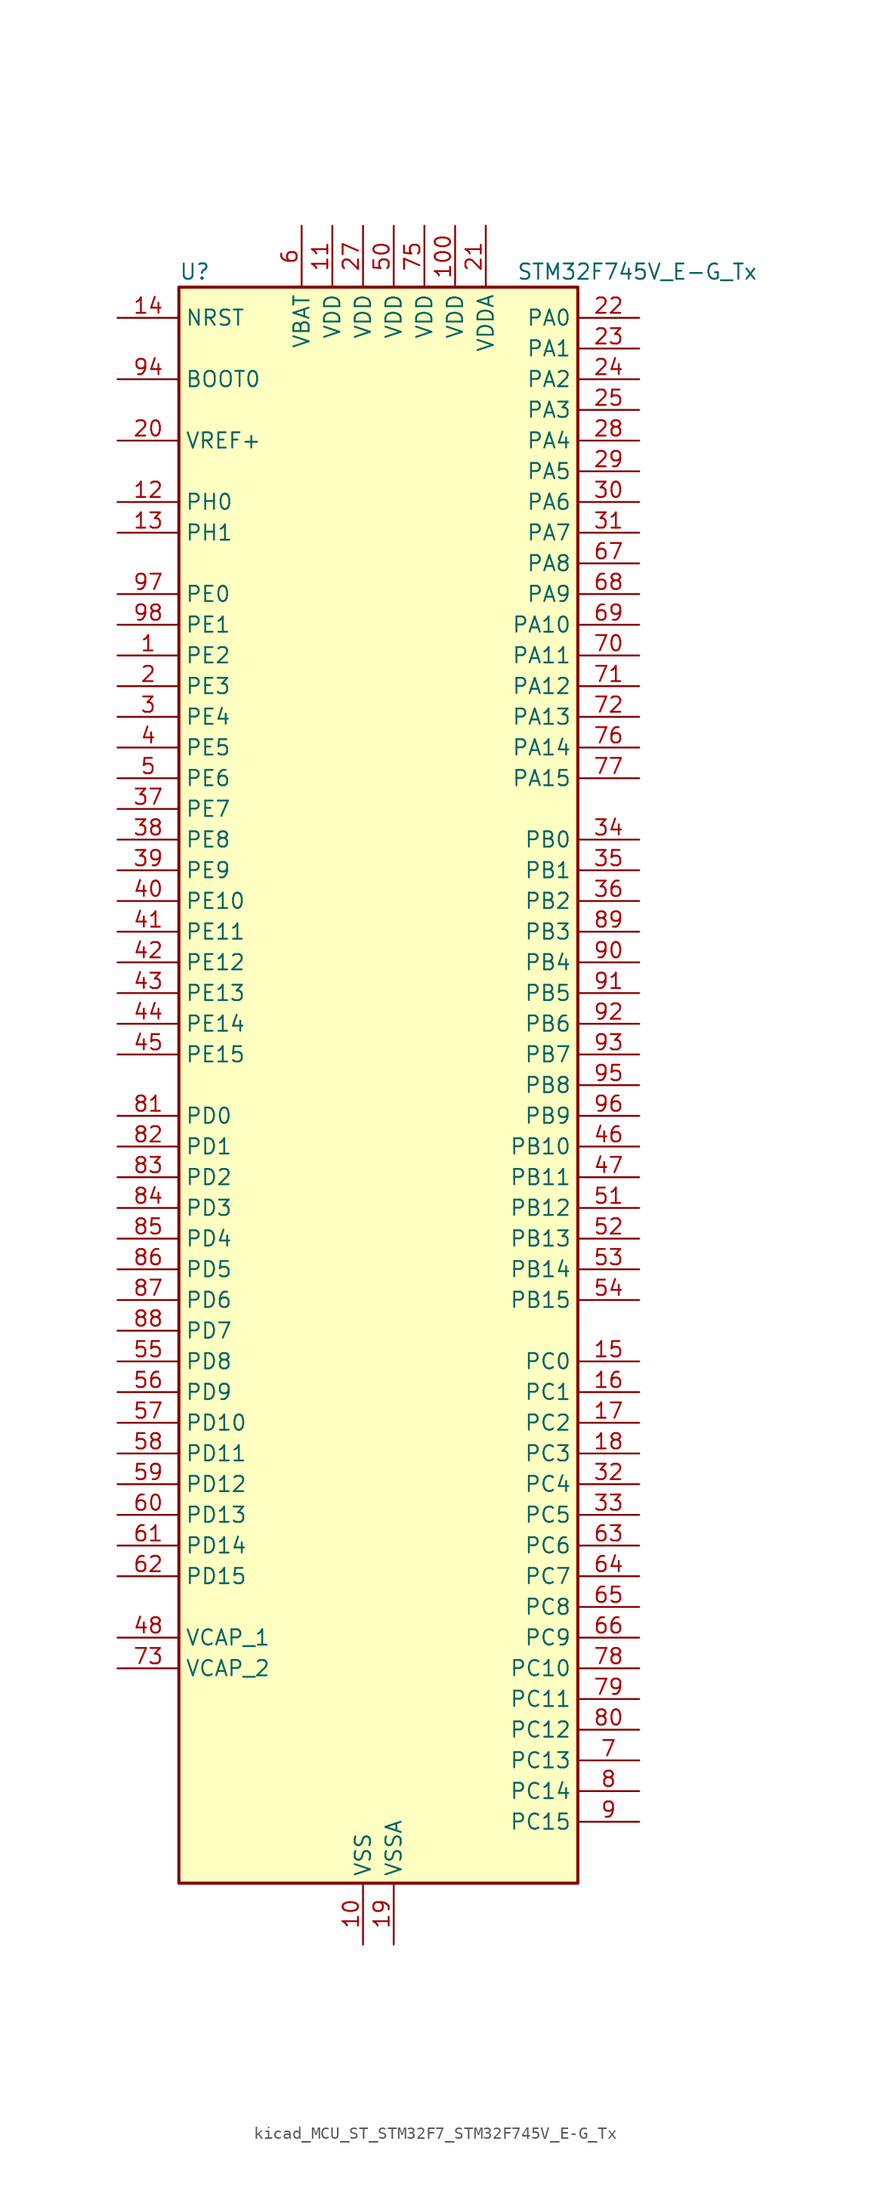
<source format=kicad_sym>
(kicad_symbol_lib
  (version 20220914)
  (generator kicad_symbol_editor)
  (symbol "kicad_MCU_ST_STM32F7_STM32F745V_E-G_Tx"
    (property "Reference" "U"
      (at -15.24 67.31 0)
      (effects (font (size 1.27 1.27)) (justify left)))
    (property "Value" "STM32F745V_E-G_Tx"
      (at 12.7 67.31 0)
      (effects (font (size 1.27 1.27)) (justify left)))
    (property "ki_locked" ""
      (at 0 0 0)
      (effects (font (size 1.27 1.27))))
    (symbol "kicad_MCU_ST_STM32F7_STM32F745V_E-G_Tx_0_1"
      (rectangle (start -15.24 -66.04) (end 17.78 66.04) (stroke (width 0.254) (type default)) (fill (type background))))
    (symbol "kicad_MCU_ST_STM32F7_STM32F745V_E-G_Tx_1_1"
      (pin bidirectional line (at -20.32 35.56 0) (length 5.08) (name "PE2" (effects (font (size 1.27 1.27)))) (number "1" (effects (font (size 1.27 1.27)))) (alternate "ETH_TXD3" bidirectional line) (alternate "FMC_A23" bidirectional line) (alternate "QUADSPI_BK1_IO2" bidirectional line) (alternate "SAI1_MCLK_A" bidirectional line) (alternate "SPI4_SCK" bidirectional line) (alternate "SYS_TRACECLK" bidirectional line))
      (pin power_in line (at 0 -71.12 90) (length 5.08) (name "VSS" (effects (font (size 1.27 1.27)))) (number "10" (effects (font (size 1.27 1.27)))))
      (pin power_in line (at 7.62 71.12 270) (length 5.08) (name "VDD" (effects (font (size 1.27 1.27)))) (number "100" (effects (font (size 1.27 1.27)))))
      (pin power_in line (at -2.54 71.12 270) (length 5.08) (name "VDD" (effects (font (size 1.27 1.27)))) (number "11" (effects (font (size 1.27 1.27)))))
      (pin bidirectional line (at -20.32 48.26 0) (length 5.08) (name "PH0" (effects (font (size 1.27 1.27)))) (number "12" (effects (font (size 1.27 1.27)))) (alternate "RCC_OSC_IN" bidirectional line))
      (pin bidirectional line (at -20.32 45.72 0) (length 5.08) (name "PH1" (effects (font (size 1.27 1.27)))) (number "13" (effects (font (size 1.27 1.27)))) (alternate "RCC_OSC_OUT" bidirectional line))
      (pin input line (at -20.32 63.5 0) (length 5.08) (name "NRST" (effects (font (size 1.27 1.27)))) (number "14" (effects (font (size 1.27 1.27)))))
      (pin bidirectional line (at 22.86 -22.86 180) (length 5.08) (name "PC0" (effects (font (size 1.27 1.27)))) (number "15" (effects (font (size 1.27 1.27)))) (alternate "ADC1_IN10" bidirectional line) (alternate "ADC2_IN10" bidirectional line) (alternate "ADC3_IN10" bidirectional line) (alternate "FMC_SDNWE" bidirectional line) (alternate "SAI2_FS_B" bidirectional line) (alternate "USB_OTG_HS_ULPI_STP" bidirectional line))
      (pin bidirectional line (at 22.86 -25.4 180) (length 5.08) (name "PC1" (effects (font (size 1.27 1.27)))) (number "16" (effects (font (size 1.27 1.27)))) (alternate "ADC1_IN11" bidirectional line) (alternate "ADC2_IN11" bidirectional line) (alternate "ADC3_IN11" bidirectional line) (alternate "ETH_MDC" bidirectional line) (alternate "I2S2_SD" bidirectional line) (alternate "RTC_TAMP3" bidirectional line) (alternate "RTC_TS" bidirectional line) (alternate "SAI1_SD_A" bidirectional line) (alternate "SPI2_MOSI" bidirectional line) (alternate "SYS_TRACED0" bidirectional line) (alternate "SYS_WKUP3" bidirectional line))
      (pin bidirectional line (at 22.86 -27.94 180) (length 5.08) (name "PC2" (effects (font (size 1.27 1.27)))) (number "17" (effects (font (size 1.27 1.27)))) (alternate "ADC1_IN12" bidirectional line) (alternate "ADC2_IN12" bidirectional line) (alternate "ADC3_IN12" bidirectional line) (alternate "ETH_TXD2" bidirectional line) (alternate "FMC_SDNE0" bidirectional line) (alternate "SPI2_MISO" bidirectional line) (alternate "USB_OTG_HS_ULPI_DIR" bidirectional line))
      (pin bidirectional line (at 22.86 -30.48 180) (length 5.08) (name "PC3" (effects (font (size 1.27 1.27)))) (number "18" (effects (font (size 1.27 1.27)))) (alternate "ADC1_IN13" bidirectional line) (alternate "ADC2_IN13" bidirectional line) (alternate "ADC3_IN13" bidirectional line) (alternate "ETH_TX_CLK" bidirectional line) (alternate "FMC_SDCKE0" bidirectional line) (alternate "I2S2_SD" bidirectional line) (alternate "SPI2_MOSI" bidirectional line) (alternate "USB_OTG_HS_ULPI_NXT" bidirectional line))
      (pin power_in line (at 2.54 -71.12 90) (length 5.08) (name "VSSA" (effects (font (size 1.27 1.27)))) (number "19" (effects (font (size 1.27 1.27)))))
      (pin bidirectional line (at -20.32 33.02 0) (length 5.08) (name "PE3" (effects (font (size 1.27 1.27)))) (number "2" (effects (font (size 1.27 1.27)))) (alternate "FMC_A19" bidirectional line) (alternate "SAI1_SD_B" bidirectional line) (alternate "SYS_TRACED0" bidirectional line))
      (pin input line (at -20.32 53.34 0) (length 5.08) (name "VREF+" (effects (font (size 1.27 1.27)))) (number "20" (effects (font (size 1.27 1.27)))))
      (pin power_in line (at 10.16 71.12 270) (length 5.08) (name "VDDA" (effects (font (size 1.27 1.27)))) (number "21" (effects (font (size 1.27 1.27)))))
      (pin bidirectional line (at 22.86 63.5 180) (length 5.08) (name "PA0" (effects (font (size 1.27 1.27)))) (number "22" (effects (font (size 1.27 1.27)))) (alternate "ADC1_IN0" bidirectional line) (alternate "ADC2_IN0" bidirectional line) (alternate "ADC3_IN0" bidirectional line) (alternate "ETH_CRS" bidirectional line) (alternate "SAI2_SD_B" bidirectional line) (alternate "SYS_WKUP1" bidirectional line) (alternate "TIM2_CH1" bidirectional line) (alternate "TIM2_ETR" bidirectional line) (alternate "TIM5_CH1" bidirectional line) (alternate "TIM8_ETR" bidirectional line) (alternate "UART4_TX" bidirectional line) (alternate "USART2_CTS" bidirectional line))
      (pin bidirectional line (at 22.86 60.96 180) (length 5.08) (name "PA1" (effects (font (size 1.27 1.27)))) (number "23" (effects (font (size 1.27 1.27)))) (alternate "ADC1_IN1" bidirectional line) (alternate "ADC2_IN1" bidirectional line) (alternate "ADC3_IN1" bidirectional line) (alternate "ETH_REF_CLK" bidirectional line) (alternate "ETH_RX_CLK" bidirectional line) (alternate "QUADSPI_BK1_IO3" bidirectional line) (alternate "SAI2_MCLK_B" bidirectional line) (alternate "TIM2_CH2" bidirectional line) (alternate "TIM5_CH2" bidirectional line) (alternate "UART4_RX" bidirectional line) (alternate "USART2_DE" bidirectional line) (alternate "USART2_RTS" bidirectional line))
      (pin bidirectional line (at 22.86 58.42 180) (length 5.08) (name "PA2" (effects (font (size 1.27 1.27)))) (number "24" (effects (font (size 1.27 1.27)))) (alternate "ADC1_IN2" bidirectional line) (alternate "ADC2_IN2" bidirectional line) (alternate "ADC3_IN2" bidirectional line) (alternate "ETH_MDIO" bidirectional line) (alternate "SAI2_SCK_B" bidirectional line) (alternate "SYS_WKUP2" bidirectional line) (alternate "TIM2_CH3" bidirectional line) (alternate "TIM5_CH3" bidirectional line) (alternate "TIM9_CH1" bidirectional line) (alternate "USART2_TX" bidirectional line))
      (pin bidirectional line (at 22.86 55.88 180) (length 5.08) (name "PA3" (effects (font (size 1.27 1.27)))) (number "25" (effects (font (size 1.27 1.27)))) (alternate "ADC1_IN3" bidirectional line) (alternate "ADC2_IN3" bidirectional line) (alternate "ADC3_IN3" bidirectional line) (alternate "ETH_COL" bidirectional line) (alternate "TIM2_CH4" bidirectional line) (alternate "TIM5_CH4" bidirectional line) (alternate "TIM9_CH2" bidirectional line) (alternate "USART2_RX" bidirectional line) (alternate "USB_OTG_HS_ULPI_D0" bidirectional line))
      (pin passive line (at 0 -71.12 90) (length 5.08) hide (name "VSS" (effects (font (size 1.27 1.27)))) (number "26" (effects (font (size 1.27 1.27)))))
      (pin power_in line (at 0 71.12 270) (length 5.08) (name "VDD" (effects (font (size 1.27 1.27)))) (number "27" (effects (font (size 1.27 1.27)))))
      (pin bidirectional line (at 22.86 53.34 180) (length 5.08) (name "PA4" (effects (font (size 1.27 1.27)))) (number "28" (effects (font (size 1.27 1.27)))) (alternate "ADC1_IN4" bidirectional line) (alternate "ADC2_IN4" bidirectional line) (alternate "DAC_OUT1" bidirectional line) (alternate "DCMI_HSYNC" bidirectional line) (alternate "I2S1_WS" bidirectional line) (alternate "I2S3_WS" bidirectional line) (alternate "SPI1_NSS" bidirectional line) (alternate "SPI3_NSS" bidirectional line) (alternate "USART2_CK" bidirectional line) (alternate "USB_OTG_HS_SOF" bidirectional line))
      (pin bidirectional line (at 22.86 50.8 180) (length 5.08) (name "PA5" (effects (font (size 1.27 1.27)))) (number "29" (effects (font (size 1.27 1.27)))) (alternate "ADC1_IN5" bidirectional line) (alternate "ADC2_IN5" bidirectional line) (alternate "DAC_OUT2" bidirectional line) (alternate "I2S1_CK" bidirectional line) (alternate "SPI1_SCK" bidirectional line) (alternate "TIM2_CH1" bidirectional line) (alternate "TIM2_ETR" bidirectional line) (alternate "TIM8_CH1N" bidirectional line) (alternate "USB_OTG_HS_ULPI_CK" bidirectional line))
      (pin bidirectional line (at -20.32 30.48 0) (length 5.08) (name "PE4" (effects (font (size 1.27 1.27)))) (number "3" (effects (font (size 1.27 1.27)))) (alternate "DCMI_D4" bidirectional line) (alternate "FMC_A20" bidirectional line) (alternate "SAI1_FS_A" bidirectional line) (alternate "SPI4_NSS" bidirectional line) (alternate "SYS_TRACED1" bidirectional line))
      (pin bidirectional line (at 22.86 48.26 180) (length 5.08) (name "PA6" (effects (font (size 1.27 1.27)))) (number "30" (effects (font (size 1.27 1.27)))) (alternate "ADC1_IN6" bidirectional line) (alternate "ADC2_IN6" bidirectional line) (alternate "DCMI_PIXCLK" bidirectional line) (alternate "SPI1_MISO" bidirectional line) (alternate "TIM13_CH1" bidirectional line) (alternate "TIM1_BKIN" bidirectional line) (alternate "TIM3_CH1" bidirectional line) (alternate "TIM8_BKIN" bidirectional line))
      (pin bidirectional line (at 22.86 45.72 180) (length 5.08) (name "PA7" (effects (font (size 1.27 1.27)))) (number "31" (effects (font (size 1.27 1.27)))) (alternate "ADC1_IN7" bidirectional line) (alternate "ADC2_IN7" bidirectional line) (alternate "ETH_CRS_DV" bidirectional line) (alternate "ETH_RX_DV" bidirectional line) (alternate "FMC_SDNWE" bidirectional line) (alternate "I2S1_SD" bidirectional line) (alternate "SPI1_MOSI" bidirectional line) (alternate "TIM14_CH1" bidirectional line) (alternate "TIM1_CH1N" bidirectional line) (alternate "TIM3_CH2" bidirectional line) (alternate "TIM8_CH1N" bidirectional line))
      (pin bidirectional line (at 22.86 -33.02 180) (length 5.08) (name "PC4" (effects (font (size 1.27 1.27)))) (number "32" (effects (font (size 1.27 1.27)))) (alternate "ADC1_IN14" bidirectional line) (alternate "ADC2_IN14" bidirectional line) (alternate "ETH_RXD0" bidirectional line) (alternate "FMC_SDNE0" bidirectional line) (alternate "I2S1_MCK" bidirectional line) (alternate "SPDIFRX_IN2" bidirectional line))
      (pin bidirectional line (at 22.86 -35.56 180) (length 5.08) (name "PC5" (effects (font (size 1.27 1.27)))) (number "33" (effects (font (size 1.27 1.27)))) (alternate "ADC1_IN15" bidirectional line) (alternate "ADC2_IN15" bidirectional line) (alternate "ETH_RXD1" bidirectional line) (alternate "FMC_SDCKE0" bidirectional line) (alternate "SPDIFRX_IN3" bidirectional line))
      (pin bidirectional line (at 22.86 20.32 180) (length 5.08) (name "PB0" (effects (font (size 1.27 1.27)))) (number "34" (effects (font (size 1.27 1.27)))) (alternate "ADC1_IN8" bidirectional line) (alternate "ADC2_IN8" bidirectional line) (alternate "ETH_RXD2" bidirectional line) (alternate "TIM1_CH2N" bidirectional line) (alternate "TIM3_CH3" bidirectional line) (alternate "TIM8_CH2N" bidirectional line) (alternate "UART4_CTS" bidirectional line) (alternate "USB_OTG_HS_ULPI_D1" bidirectional line))
      (pin bidirectional line (at 22.86 17.78 180) (length 5.08) (name "PB1" (effects (font (size 1.27 1.27)))) (number "35" (effects (font (size 1.27 1.27)))) (alternate "ADC1_IN9" bidirectional line) (alternate "ADC2_IN9" bidirectional line) (alternate "ETH_RXD3" bidirectional line) (alternate "TIM1_CH3N" bidirectional line) (alternate "TIM3_CH4" bidirectional line) (alternate "TIM8_CH3N" bidirectional line) (alternate "USB_OTG_HS_ULPI_D2" bidirectional line))
      (pin bidirectional line (at 22.86 15.24 180) (length 5.08) (name "PB2" (effects (font (size 1.27 1.27)))) (number "36" (effects (font (size 1.27 1.27)))) (alternate "I2S3_SD" bidirectional line) (alternate "QUADSPI_CLK" bidirectional line) (alternate "SAI1_SD_A" bidirectional line) (alternate "SPI3_MOSI" bidirectional line))
      (pin bidirectional line (at -20.32 22.86 0) (length 5.08) (name "PE7" (effects (font (size 1.27 1.27)))) (number "37" (effects (font (size 1.27 1.27)))) (alternate "FMC_D4" bidirectional line) (alternate "FMC_DA4" bidirectional line) (alternate "QUADSPI_BK2_IO0" bidirectional line) (alternate "TIM1_ETR" bidirectional line) (alternate "UART7_RX" bidirectional line))
      (pin bidirectional line (at -20.32 20.32 0) (length 5.08) (name "PE8" (effects (font (size 1.27 1.27)))) (number "38" (effects (font (size 1.27 1.27)))) (alternate "FMC_D5" bidirectional line) (alternate "FMC_DA5" bidirectional line) (alternate "QUADSPI_BK2_IO1" bidirectional line) (alternate "TIM1_CH1N" bidirectional line) (alternate "UART7_TX" bidirectional line))
      (pin bidirectional line (at -20.32 17.78 0) (length 5.08) (name "PE9" (effects (font (size 1.27 1.27)))) (number "39" (effects (font (size 1.27 1.27)))) (alternate "DAC_EXTI9" bidirectional line) (alternate "FMC_D6" bidirectional line) (alternate "FMC_DA6" bidirectional line) (alternate "QUADSPI_BK2_IO2" bidirectional line) (alternate "TIM1_CH1" bidirectional line) (alternate "UART7_DE" bidirectional line) (alternate "UART7_RTS" bidirectional line))
      (pin bidirectional line (at -20.32 27.94 0) (length 5.08) (name "PE5" (effects (font (size 1.27 1.27)))) (number "4" (effects (font (size 1.27 1.27)))) (alternate "DCMI_D6" bidirectional line) (alternate "FMC_A21" bidirectional line) (alternate "SAI1_SCK_A" bidirectional line) (alternate "SPI4_MISO" bidirectional line) (alternate "SYS_TRACED2" bidirectional line) (alternate "TIM9_CH1" bidirectional line))
      (pin bidirectional line (at -20.32 15.24 0) (length 5.08) (name "PE10" (effects (font (size 1.27 1.27)))) (number "40" (effects (font (size 1.27 1.27)))) (alternate "FMC_D7" bidirectional line) (alternate "FMC_DA7" bidirectional line) (alternate "QUADSPI_BK2_IO3" bidirectional line) (alternate "TIM1_CH2N" bidirectional line) (alternate "UART7_CTS" bidirectional line))
      (pin bidirectional line (at -20.32 12.7 0) (length 5.08) (name "PE11" (effects (font (size 1.27 1.27)))) (number "41" (effects (font (size 1.27 1.27)))) (alternate "ADC1_EXTI11" bidirectional line) (alternate "ADC2_EXTI11" bidirectional line) (alternate "ADC3_EXTI11" bidirectional line) (alternate "FMC_D8" bidirectional line) (alternate "FMC_DA8" bidirectional line) (alternate "SAI2_SD_B" bidirectional line) (alternate "SPI4_NSS" bidirectional line) (alternate "TIM1_CH2" bidirectional line))
      (pin bidirectional line (at -20.32 10.16 0) (length 5.08) (name "PE12" (effects (font (size 1.27 1.27)))) (number "42" (effects (font (size 1.27 1.27)))) (alternate "FMC_D9" bidirectional line) (alternate "FMC_DA9" bidirectional line) (alternate "SAI2_SCK_B" bidirectional line) (alternate "SPI4_SCK" bidirectional line) (alternate "TIM1_CH3N" bidirectional line))
      (pin bidirectional line (at -20.32 7.62 0) (length 5.08) (name "PE13" (effects (font (size 1.27 1.27)))) (number "43" (effects (font (size 1.27 1.27)))) (alternate "FMC_D10" bidirectional line) (alternate "FMC_DA10" bidirectional line) (alternate "SAI2_FS_B" bidirectional line) (alternate "SPI4_MISO" bidirectional line) (alternate "TIM1_CH3" bidirectional line))
      (pin bidirectional line (at -20.32 5.08 0) (length 5.08) (name "PE14" (effects (font (size 1.27 1.27)))) (number "44" (effects (font (size 1.27 1.27)))) (alternate "FMC_D11" bidirectional line) (alternate "FMC_DA11" bidirectional line) (alternate "SAI2_MCLK_B" bidirectional line) (alternate "SPI4_MOSI" bidirectional line) (alternate "TIM1_CH4" bidirectional line))
      (pin bidirectional line (at -20.32 2.54 0) (length 5.08) (name "PE15" (effects (font (size 1.27 1.27)))) (number "45" (effects (font (size 1.27 1.27)))) (alternate "FMC_D12" bidirectional line) (alternate "FMC_DA12" bidirectional line) (alternate "TIM1_BKIN" bidirectional line))
      (pin bidirectional line (at 22.86 -5.08 180) (length 5.08) (name "PB10" (effects (font (size 1.27 1.27)))) (number "46" (effects (font (size 1.27 1.27)))) (alternate "ETH_RX_ER" bidirectional line) (alternate "I2C2_SCL" bidirectional line) (alternate "I2S2_CK" bidirectional line) (alternate "SPI2_SCK" bidirectional line) (alternate "TIM2_CH3" bidirectional line) (alternate "USART3_TX" bidirectional line) (alternate "USB_OTG_HS_ULPI_D3" bidirectional line))
      (pin bidirectional line (at 22.86 -7.62 180) (length 5.08) (name "PB11" (effects (font (size 1.27 1.27)))) (number "47" (effects (font (size 1.27 1.27)))) (alternate "ADC1_EXTI11" bidirectional line) (alternate "ADC2_EXTI11" bidirectional line) (alternate "ADC3_EXTI11" bidirectional line) (alternate "ETH_TX_EN" bidirectional line) (alternate "I2C2_SDA" bidirectional line) (alternate "TIM2_CH4" bidirectional line) (alternate "USART3_RX" bidirectional line) (alternate "USB_OTG_HS_ULPI_D4" bidirectional line))
      (pin power_out line (at -20.32 -45.72 0) (length 5.08) (name "VCAP_1" (effects (font (size 1.27 1.27)))) (number "48" (effects (font (size 1.27 1.27)))))
      (pin passive line (at 0 -71.12 90) (length 5.08) hide (name "VSS" (effects (font (size 1.27 1.27)))) (number "49" (effects (font (size 1.27 1.27)))))
      (pin bidirectional line (at -20.32 25.4 0) (length 5.08) (name "PE6" (effects (font (size 1.27 1.27)))) (number "5" (effects (font (size 1.27 1.27)))) (alternate "DCMI_D7" bidirectional line) (alternate "FMC_A22" bidirectional line) (alternate "SAI1_SD_A" bidirectional line) (alternate "SAI2_MCLK_B" bidirectional line) (alternate "SPI4_MOSI" bidirectional line) (alternate "SYS_TRACED3" bidirectional line) (alternate "TIM1_BKIN2" bidirectional line) (alternate "TIM9_CH2" bidirectional line))
      (pin power_in line (at 2.54 71.12 270) (length 5.08) (name "VDD" (effects (font (size 1.27 1.27)))) (number "50" (effects (font (size 1.27 1.27)))))
      (pin bidirectional line (at 22.86 -10.16 180) (length 5.08) (name "PB12" (effects (font (size 1.27 1.27)))) (number "51" (effects (font (size 1.27 1.27)))) (alternate "CAN2_RX" bidirectional line) (alternate "ETH_TXD0" bidirectional line) (alternate "I2C2_SMBA" bidirectional line) (alternate "I2S2_WS" bidirectional line) (alternate "SPI2_NSS" bidirectional line) (alternate "TIM1_BKIN" bidirectional line) (alternate "USART3_CK" bidirectional line) (alternate "USB_OTG_HS_ID" bidirectional line) (alternate "USB_OTG_HS_ULPI_D5" bidirectional line))
      (pin bidirectional line (at 22.86 -12.7 180) (length 5.08) (name "PB13" (effects (font (size 1.27 1.27)))) (number "52" (effects (font (size 1.27 1.27)))) (alternate "CAN2_TX" bidirectional line) (alternate "ETH_TXD1" bidirectional line) (alternate "I2S2_CK" bidirectional line) (alternate "SPI2_SCK" bidirectional line) (alternate "TIM1_CH1N" bidirectional line) (alternate "USART3_CTS" bidirectional line) (alternate "USB_OTG_HS_ULPI_D6" bidirectional line) (alternate "USB_OTG_HS_VBUS" bidirectional line))
      (pin bidirectional line (at 22.86 -15.24 180) (length 5.08) (name "PB14" (effects (font (size 1.27 1.27)))) (number "53" (effects (font (size 1.27 1.27)))) (alternate "SPI2_MISO" bidirectional line) (alternate "TIM12_CH1" bidirectional line) (alternate "TIM1_CH2N" bidirectional line) (alternate "TIM8_CH2N" bidirectional line) (alternate "USART3_DE" bidirectional line) (alternate "USART3_RTS" bidirectional line) (alternate "USB_OTG_HS_DM" bidirectional line))
      (pin bidirectional line (at 22.86 -17.78 180) (length 5.08) (name "PB15" (effects (font (size 1.27 1.27)))) (number "54" (effects (font (size 1.27 1.27)))) (alternate "I2S2_SD" bidirectional line) (alternate "RTC_REFIN" bidirectional line) (alternate "SPI2_MOSI" bidirectional line) (alternate "TIM12_CH2" bidirectional line) (alternate "TIM1_CH3N" bidirectional line) (alternate "TIM8_CH3N" bidirectional line) (alternate "USB_OTG_HS_DP" bidirectional line))
      (pin bidirectional line (at -20.32 -22.86 0) (length 5.08) (name "PD8" (effects (font (size 1.27 1.27)))) (number "55" (effects (font (size 1.27 1.27)))) (alternate "FMC_D13" bidirectional line) (alternate "FMC_DA13" bidirectional line) (alternate "SPDIFRX_IN1" bidirectional line) (alternate "USART3_TX" bidirectional line))
      (pin bidirectional line (at -20.32 -25.4 0) (length 5.08) (name "PD9" (effects (font (size 1.27 1.27)))) (number "56" (effects (font (size 1.27 1.27)))) (alternate "DAC_EXTI9" bidirectional line) (alternate "FMC_D14" bidirectional line) (alternate "FMC_DA14" bidirectional line) (alternate "USART3_RX" bidirectional line))
      (pin bidirectional line (at -20.32 -27.94 0) (length 5.08) (name "PD10" (effects (font (size 1.27 1.27)))) (number "57" (effects (font (size 1.27 1.27)))) (alternate "FMC_D15" bidirectional line) (alternate "FMC_DA15" bidirectional line) (alternate "USART3_CK" bidirectional line))
      (pin bidirectional line (at -20.32 -30.48 0) (length 5.08) (name "PD11" (effects (font (size 1.27 1.27)))) (number "58" (effects (font (size 1.27 1.27)))) (alternate "ADC1_EXTI11" bidirectional line) (alternate "ADC2_EXTI11" bidirectional line) (alternate "ADC3_EXTI11" bidirectional line) (alternate "FMC_A16" bidirectional line) (alternate "FMC_CLE" bidirectional line) (alternate "I2C4_SMBA" bidirectional line) (alternate "QUADSPI_BK1_IO0" bidirectional line) (alternate "SAI2_SD_A" bidirectional line) (alternate "USART3_CTS" bidirectional line))
      (pin bidirectional line (at -20.32 -33.02 0) (length 5.08) (name "PD12" (effects (font (size 1.27 1.27)))) (number "59" (effects (font (size 1.27 1.27)))) (alternate "FMC_A17" bidirectional line) (alternate "FMC_ALE" bidirectional line) (alternate "I2C4_SCL" bidirectional line) (alternate "LPTIM1_IN1" bidirectional line) (alternate "QUADSPI_BK1_IO1" bidirectional line) (alternate "SAI2_FS_A" bidirectional line) (alternate "TIM4_CH1" bidirectional line) (alternate "USART3_DE" bidirectional line) (alternate "USART3_RTS" bidirectional line))
      (pin power_in line (at -5.08 71.12 270) (length 5.08) (name "VBAT" (effects (font (size 1.27 1.27)))) (number "6" (effects (font (size 1.27 1.27)))))
      (pin bidirectional line (at -20.32 -35.56 0) (length 5.08) (name "PD13" (effects (font (size 1.27 1.27)))) (number "60" (effects (font (size 1.27 1.27)))) (alternate "FMC_A18" bidirectional line) (alternate "I2C4_SDA" bidirectional line) (alternate "LPTIM1_OUT" bidirectional line) (alternate "QUADSPI_BK1_IO3" bidirectional line) (alternate "SAI2_SCK_A" bidirectional line) (alternate "TIM4_CH2" bidirectional line))
      (pin bidirectional line (at -20.32 -38.1 0) (length 5.08) (name "PD14" (effects (font (size 1.27 1.27)))) (number "61" (effects (font (size 1.27 1.27)))) (alternate "FMC_D0" bidirectional line) (alternate "FMC_DA0" bidirectional line) (alternate "TIM4_CH3" bidirectional line) (alternate "UART8_CTS" bidirectional line))
      (pin bidirectional line (at -20.32 -40.64 0) (length 5.08) (name "PD15" (effects (font (size 1.27 1.27)))) (number "62" (effects (font (size 1.27 1.27)))) (alternate "FMC_D1" bidirectional line) (alternate "FMC_DA1" bidirectional line) (alternate "TIM4_CH4" bidirectional line) (alternate "UART8_DE" bidirectional line) (alternate "UART8_RTS" bidirectional line))
      (pin bidirectional line (at 22.86 -38.1 180) (length 5.08) (name "PC6" (effects (font (size 1.27 1.27)))) (number "63" (effects (font (size 1.27 1.27)))) (alternate "DCMI_D0" bidirectional line) (alternate "I2S2_MCK" bidirectional line) (alternate "SDMMC1_D6" bidirectional line) (alternate "TIM3_CH1" bidirectional line) (alternate "TIM8_CH1" bidirectional line) (alternate "USART6_TX" bidirectional line))
      (pin bidirectional line (at 22.86 -40.64 180) (length 5.08) (name "PC7" (effects (font (size 1.27 1.27)))) (number "64" (effects (font (size 1.27 1.27)))) (alternate "DCMI_D1" bidirectional line) (alternate "I2S3_MCK" bidirectional line) (alternate "SDMMC1_D7" bidirectional line) (alternate "TIM3_CH2" bidirectional line) (alternate "TIM8_CH2" bidirectional line) (alternate "USART6_RX" bidirectional line))
      (pin bidirectional line (at 22.86 -43.18 180) (length 5.08) (name "PC8" (effects (font (size 1.27 1.27)))) (number "65" (effects (font (size 1.27 1.27)))) (alternate "DCMI_D2" bidirectional line) (alternate "SDMMC1_D0" bidirectional line) (alternate "SYS_TRACED1" bidirectional line) (alternate "TIM3_CH3" bidirectional line) (alternate "TIM8_CH3" bidirectional line) (alternate "UART5_DE" bidirectional line) (alternate "UART5_RTS" bidirectional line) (alternate "USART6_CK" bidirectional line))
      (pin bidirectional line (at 22.86 -45.72 180) (length 5.08) (name "PC9" (effects (font (size 1.27 1.27)))) (number "66" (effects (font (size 1.27 1.27)))) (alternate "DAC_EXTI9" bidirectional line) (alternate "DCMI_D3" bidirectional line) (alternate "I2C3_SDA" bidirectional line) (alternate "I2S_CKIN" bidirectional line) (alternate "QUADSPI_BK1_IO0" bidirectional line) (alternate "RCC_MCO_2" bidirectional line) (alternate "SDMMC1_D1" bidirectional line) (alternate "TIM3_CH4" bidirectional line) (alternate "TIM8_CH4" bidirectional line) (alternate "UART5_CTS" bidirectional line))
      (pin bidirectional line (at 22.86 43.18 180) (length 5.08) (name "PA8" (effects (font (size 1.27 1.27)))) (number "67" (effects (font (size 1.27 1.27)))) (alternate "I2C3_SCL" bidirectional line) (alternate "RCC_MCO_1" bidirectional line) (alternate "TIM1_CH1" bidirectional line) (alternate "TIM8_BKIN2" bidirectional line) (alternate "USART1_CK" bidirectional line) (alternate "USB_OTG_FS_SOF" bidirectional line))
      (pin bidirectional line (at 22.86 40.64 180) (length 5.08) (name "PA9" (effects (font (size 1.27 1.27)))) (number "68" (effects (font (size 1.27 1.27)))) (alternate "DAC_EXTI9" bidirectional line) (alternate "DCMI_D0" bidirectional line) (alternate "I2C3_SMBA" bidirectional line) (alternate "I2S2_CK" bidirectional line) (alternate "SPI2_SCK" bidirectional line) (alternate "TIM1_CH2" bidirectional line) (alternate "USART1_TX" bidirectional line) (alternate "USB_OTG_FS_VBUS" bidirectional line))
      (pin bidirectional line (at 22.86 38.1 180) (length 5.08) (name "PA10" (effects (font (size 1.27 1.27)))) (number "69" (effects (font (size 1.27 1.27)))) (alternate "DCMI_D1" bidirectional line) (alternate "TIM1_CH3" bidirectional line) (alternate "USART1_RX" bidirectional line) (alternate "USB_OTG_FS_ID" bidirectional line))
      (pin bidirectional line (at 22.86 -55.88 180) (length 5.08) (name "PC13" (effects (font (size 1.27 1.27)))) (number "7" (effects (font (size 1.27 1.27)))) (alternate "RTC_OUT" bidirectional line) (alternate "RTC_TAMP1" bidirectional line) (alternate "RTC_TS" bidirectional line) (alternate "SYS_WKUP4" bidirectional line))
      (pin bidirectional line (at 22.86 35.56 180) (length 5.08) (name "PA11" (effects (font (size 1.27 1.27)))) (number "70" (effects (font (size 1.27 1.27)))) (alternate "ADC1_EXTI11" bidirectional line) (alternate "ADC2_EXTI11" bidirectional line) (alternate "ADC3_EXTI11" bidirectional line) (alternate "CAN1_RX" bidirectional line) (alternate "TIM1_CH4" bidirectional line) (alternate "USART1_CTS" bidirectional line) (alternate "USB_OTG_FS_DM" bidirectional line))
      (pin bidirectional line (at 22.86 33.02 180) (length 5.08) (name "PA12" (effects (font (size 1.27 1.27)))) (number "71" (effects (font (size 1.27 1.27)))) (alternate "CAN1_TX" bidirectional line) (alternate "SAI2_FS_B" bidirectional line) (alternate "TIM1_ETR" bidirectional line) (alternate "USART1_DE" bidirectional line) (alternate "USART1_RTS" bidirectional line) (alternate "USB_OTG_FS_DP" bidirectional line))
      (pin bidirectional line (at 22.86 30.48 180) (length 5.08) (name "PA13" (effects (font (size 1.27 1.27)))) (number "72" (effects (font (size 1.27 1.27)))) (alternate "SYS_JTMS-SWDIO" bidirectional line))
      (pin power_out line (at -20.32 -48.26 0) (length 5.08) (name "VCAP_2" (effects (font (size 1.27 1.27)))) (number "73" (effects (font (size 1.27 1.27)))))
      (pin passive line (at 0 -71.12 90) (length 5.08) hide (name "VSS" (effects (font (size 1.27 1.27)))) (number "74" (effects (font (size 1.27 1.27)))))
      (pin power_in line (at 5.08 71.12 270) (length 5.08) (name "VDD" (effects (font (size 1.27 1.27)))) (number "75" (effects (font (size 1.27 1.27)))))
      (pin bidirectional line (at 22.86 27.94 180) (length 5.08) (name "PA14" (effects (font (size 1.27 1.27)))) (number "76" (effects (font (size 1.27 1.27)))) (alternate "SYS_JTCK-SWCLK" bidirectional line))
      (pin bidirectional line (at 22.86 25.4 180) (length 5.08) (name "PA15" (effects (font (size 1.27 1.27)))) (number "77" (effects (font (size 1.27 1.27)))) (alternate "CEC" bidirectional line) (alternate "I2S1_WS" bidirectional line) (alternate "I2S3_WS" bidirectional line) (alternate "SPI1_NSS" bidirectional line) (alternate "SPI3_NSS" bidirectional line) (alternate "SYS_JTDI" bidirectional line) (alternate "TIM2_CH1" bidirectional line) (alternate "TIM2_ETR" bidirectional line) (alternate "UART4_DE" bidirectional line) (alternate "UART4_RTS" bidirectional line))
      (pin bidirectional line (at 22.86 -48.26 180) (length 5.08) (name "PC10" (effects (font (size 1.27 1.27)))) (number "78" (effects (font (size 1.27 1.27)))) (alternate "DCMI_D8" bidirectional line) (alternate "I2S3_CK" bidirectional line) (alternate "QUADSPI_BK1_IO1" bidirectional line) (alternate "SDMMC1_D2" bidirectional line) (alternate "SPI3_SCK" bidirectional line) (alternate "UART4_TX" bidirectional line) (alternate "USART3_TX" bidirectional line))
      (pin bidirectional line (at 22.86 -50.8 180) (length 5.08) (name "PC11" (effects (font (size 1.27 1.27)))) (number "79" (effects (font (size 1.27 1.27)))) (alternate "ADC1_EXTI11" bidirectional line) (alternate "ADC2_EXTI11" bidirectional line) (alternate "ADC3_EXTI11" bidirectional line) (alternate "DCMI_D4" bidirectional line) (alternate "QUADSPI_BK2_NCS" bidirectional line) (alternate "SDMMC1_D3" bidirectional line) (alternate "SPI3_MISO" bidirectional line) (alternate "UART4_RX" bidirectional line) (alternate "USART3_RX" bidirectional line))
      (pin bidirectional line (at 22.86 -58.42 180) (length 5.08) (name "PC14" (effects (font (size 1.27 1.27)))) (number "8" (effects (font (size 1.27 1.27)))) (alternate "RCC_OSC32_IN" bidirectional line))
      (pin bidirectional line (at 22.86 -53.34 180) (length 5.08) (name "PC12" (effects (font (size 1.27 1.27)))) (number "80" (effects (font (size 1.27 1.27)))) (alternate "DCMI_D9" bidirectional line) (alternate "I2S3_SD" bidirectional line) (alternate "SDMMC1_CK" bidirectional line) (alternate "SPI3_MOSI" bidirectional line) (alternate "SYS_TRACED3" bidirectional line) (alternate "UART5_TX" bidirectional line) (alternate "USART3_CK" bidirectional line))
      (pin bidirectional line (at -20.32 -2.54 0) (length 5.08) (name "PD0" (effects (font (size 1.27 1.27)))) (number "81" (effects (font (size 1.27 1.27)))) (alternate "CAN1_RX" bidirectional line) (alternate "FMC_D2" bidirectional line) (alternate "FMC_DA2" bidirectional line))
      (pin bidirectional line (at -20.32 -5.08 0) (length 5.08) (name "PD1" (effects (font (size 1.27 1.27)))) (number "82" (effects (font (size 1.27 1.27)))) (alternate "CAN1_TX" bidirectional line) (alternate "FMC_D3" bidirectional line) (alternate "FMC_DA3" bidirectional line))
      (pin bidirectional line (at -20.32 -7.62 0) (length 5.08) (name "PD2" (effects (font (size 1.27 1.27)))) (number "83" (effects (font (size 1.27 1.27)))) (alternate "DCMI_D11" bidirectional line) (alternate "SDMMC1_CMD" bidirectional line) (alternate "SYS_TRACED2" bidirectional line) (alternate "TIM3_ETR" bidirectional line) (alternate "UART5_RX" bidirectional line))
      (pin bidirectional line (at -20.32 -10.16 0) (length 5.08) (name "PD3" (effects (font (size 1.27 1.27)))) (number "84" (effects (font (size 1.27 1.27)))) (alternate "DCMI_D5" bidirectional line) (alternate "FMC_CLK" bidirectional line) (alternate "I2S2_CK" bidirectional line) (alternate "SPI2_SCK" bidirectional line) (alternate "USART2_CTS" bidirectional line))
      (pin bidirectional line (at -20.32 -12.7 0) (length 5.08) (name "PD4" (effects (font (size 1.27 1.27)))) (number "85" (effects (font (size 1.27 1.27)))) (alternate "FMC_NOE" bidirectional line) (alternate "USART2_DE" bidirectional line) (alternate "USART2_RTS" bidirectional line))
      (pin bidirectional line (at -20.32 -15.24 0) (length 5.08) (name "PD5" (effects (font (size 1.27 1.27)))) (number "86" (effects (font (size 1.27 1.27)))) (alternate "FMC_NWE" bidirectional line) (alternate "USART2_TX" bidirectional line))
      (pin bidirectional line (at -20.32 -17.78 0) (length 5.08) (name "PD6" (effects (font (size 1.27 1.27)))) (number "87" (effects (font (size 1.27 1.27)))) (alternate "DCMI_D10" bidirectional line) (alternate "FMC_NWAIT" bidirectional line) (alternate "I2S3_SD" bidirectional line) (alternate "SAI1_SD_A" bidirectional line) (alternate "SPI3_MOSI" bidirectional line) (alternate "USART2_RX" bidirectional line))
      (pin bidirectional line (at -20.32 -20.32 0) (length 5.08) (name "PD7" (effects (font (size 1.27 1.27)))) (number "88" (effects (font (size 1.27 1.27)))) (alternate "FMC_NE1" bidirectional line) (alternate "SPDIFRX_IN0" bidirectional line) (alternate "USART2_CK" bidirectional line))
      (pin bidirectional line (at 22.86 12.7 180) (length 5.08) (name "PB3" (effects (font (size 1.27 1.27)))) (number "89" (effects (font (size 1.27 1.27)))) (alternate "I2S1_CK" bidirectional line) (alternate "I2S3_CK" bidirectional line) (alternate "SPI1_SCK" bidirectional line) (alternate "SPI3_SCK" bidirectional line) (alternate "SYS_JTDO-SWO" bidirectional line) (alternate "TIM2_CH2" bidirectional line))
      (pin bidirectional line (at 22.86 -60.96 180) (length 5.08) (name "PC15" (effects (font (size 1.27 1.27)))) (number "9" (effects (font (size 1.27 1.27)))) (alternate "RCC_OSC32_OUT" bidirectional line))
      (pin bidirectional line (at 22.86 10.16 180) (length 5.08) (name "PB4" (effects (font (size 1.27 1.27)))) (number "90" (effects (font (size 1.27 1.27)))) (alternate "I2S2_WS" bidirectional line) (alternate "SPI1_MISO" bidirectional line) (alternate "SPI2_NSS" bidirectional line) (alternate "SPI3_MISO" bidirectional line) (alternate "SYS_JTRST" bidirectional line) (alternate "TIM3_CH1" bidirectional line))
      (pin bidirectional line (at 22.86 7.62 180) (length 5.08) (name "PB5" (effects (font (size 1.27 1.27)))) (number "91" (effects (font (size 1.27 1.27)))) (alternate "CAN2_RX" bidirectional line) (alternate "DCMI_D10" bidirectional line) (alternate "ETH_PPS_OUT" bidirectional line) (alternate "FMC_SDCKE1" bidirectional line) (alternate "I2C1_SMBA" bidirectional line) (alternate "I2S1_SD" bidirectional line) (alternate "I2S3_SD" bidirectional line) (alternate "SPI1_MOSI" bidirectional line) (alternate "SPI3_MOSI" bidirectional line) (alternate "TIM3_CH2" bidirectional line) (alternate "USB_OTG_HS_ULPI_D7" bidirectional line))
      (pin bidirectional line (at 22.86 5.08 180) (length 5.08) (name "PB6" (effects (font (size 1.27 1.27)))) (number "92" (effects (font (size 1.27 1.27)))) (alternate "CAN2_TX" bidirectional line) (alternate "CEC" bidirectional line) (alternate "DCMI_D5" bidirectional line) (alternate "FMC_SDNE1" bidirectional line) (alternate "I2C1_SCL" bidirectional line) (alternate "QUADSPI_BK1_NCS" bidirectional line) (alternate "TIM4_CH1" bidirectional line) (alternate "USART1_TX" bidirectional line))
      (pin bidirectional line (at 22.86 2.54 180) (length 5.08) (name "PB7" (effects (font (size 1.27 1.27)))) (number "93" (effects (font (size 1.27 1.27)))) (alternate "DCMI_VSYNC" bidirectional line) (alternate "FMC_NL" bidirectional line) (alternate "I2C1_SDA" bidirectional line) (alternate "TIM4_CH2" bidirectional line) (alternate "USART1_RX" bidirectional line))
      (pin input line (at -20.32 58.42 0) (length 5.08) (name "BOOT0" (effects (font (size 1.27 1.27)))) (number "94" (effects (font (size 1.27 1.27)))))
      (pin bidirectional line (at 22.86 0 180) (length 5.08) (name "PB8" (effects (font (size 1.27 1.27)))) (number "95" (effects (font (size 1.27 1.27)))) (alternate "CAN1_RX" bidirectional line) (alternate "DCMI_D6" bidirectional line) (alternate "ETH_TXD3" bidirectional line) (alternate "I2C1_SCL" bidirectional line) (alternate "SDMMC1_D4" bidirectional line) (alternate "TIM10_CH1" bidirectional line) (alternate "TIM4_CH3" bidirectional line))
      (pin bidirectional line (at 22.86 -2.54 180) (length 5.08) (name "PB9" (effects (font (size 1.27 1.27)))) (number "96" (effects (font (size 1.27 1.27)))) (alternate "CAN1_TX" bidirectional line) (alternate "DAC_EXTI9" bidirectional line) (alternate "DCMI_D7" bidirectional line) (alternate "I2C1_SDA" bidirectional line) (alternate "I2S2_WS" bidirectional line) (alternate "SDMMC1_D5" bidirectional line) (alternate "SPI2_NSS" bidirectional line) (alternate "TIM11_CH1" bidirectional line) (alternate "TIM4_CH4" bidirectional line))
      (pin bidirectional line (at -20.32 40.64 0) (length 5.08) (name "PE0" (effects (font (size 1.27 1.27)))) (number "97" (effects (font (size 1.27 1.27)))) (alternate "DCMI_D2" bidirectional line) (alternate "FMC_NBL0" bidirectional line) (alternate "LPTIM1_ETR" bidirectional line) (alternate "SAI2_MCLK_A" bidirectional line) (alternate "TIM4_ETR" bidirectional line) (alternate "UART8_RX" bidirectional line))
      (pin bidirectional line (at -20.32 38.1 0) (length 5.08) (name "PE1" (effects (font (size 1.27 1.27)))) (number "98" (effects (font (size 1.27 1.27)))) (alternate "DCMI_D3" bidirectional line) (alternate "FMC_NBL1" bidirectional line) (alternate "LPTIM1_IN2" bidirectional line) (alternate "UART8_TX" bidirectional line))
      (pin passive line (at 0 -71.12 90) (length 5.08) hide (name "VSS" (effects (font (size 1.27 1.27)))) (number "99" (effects (font (size 1.27 1.27))))))))
</source>
